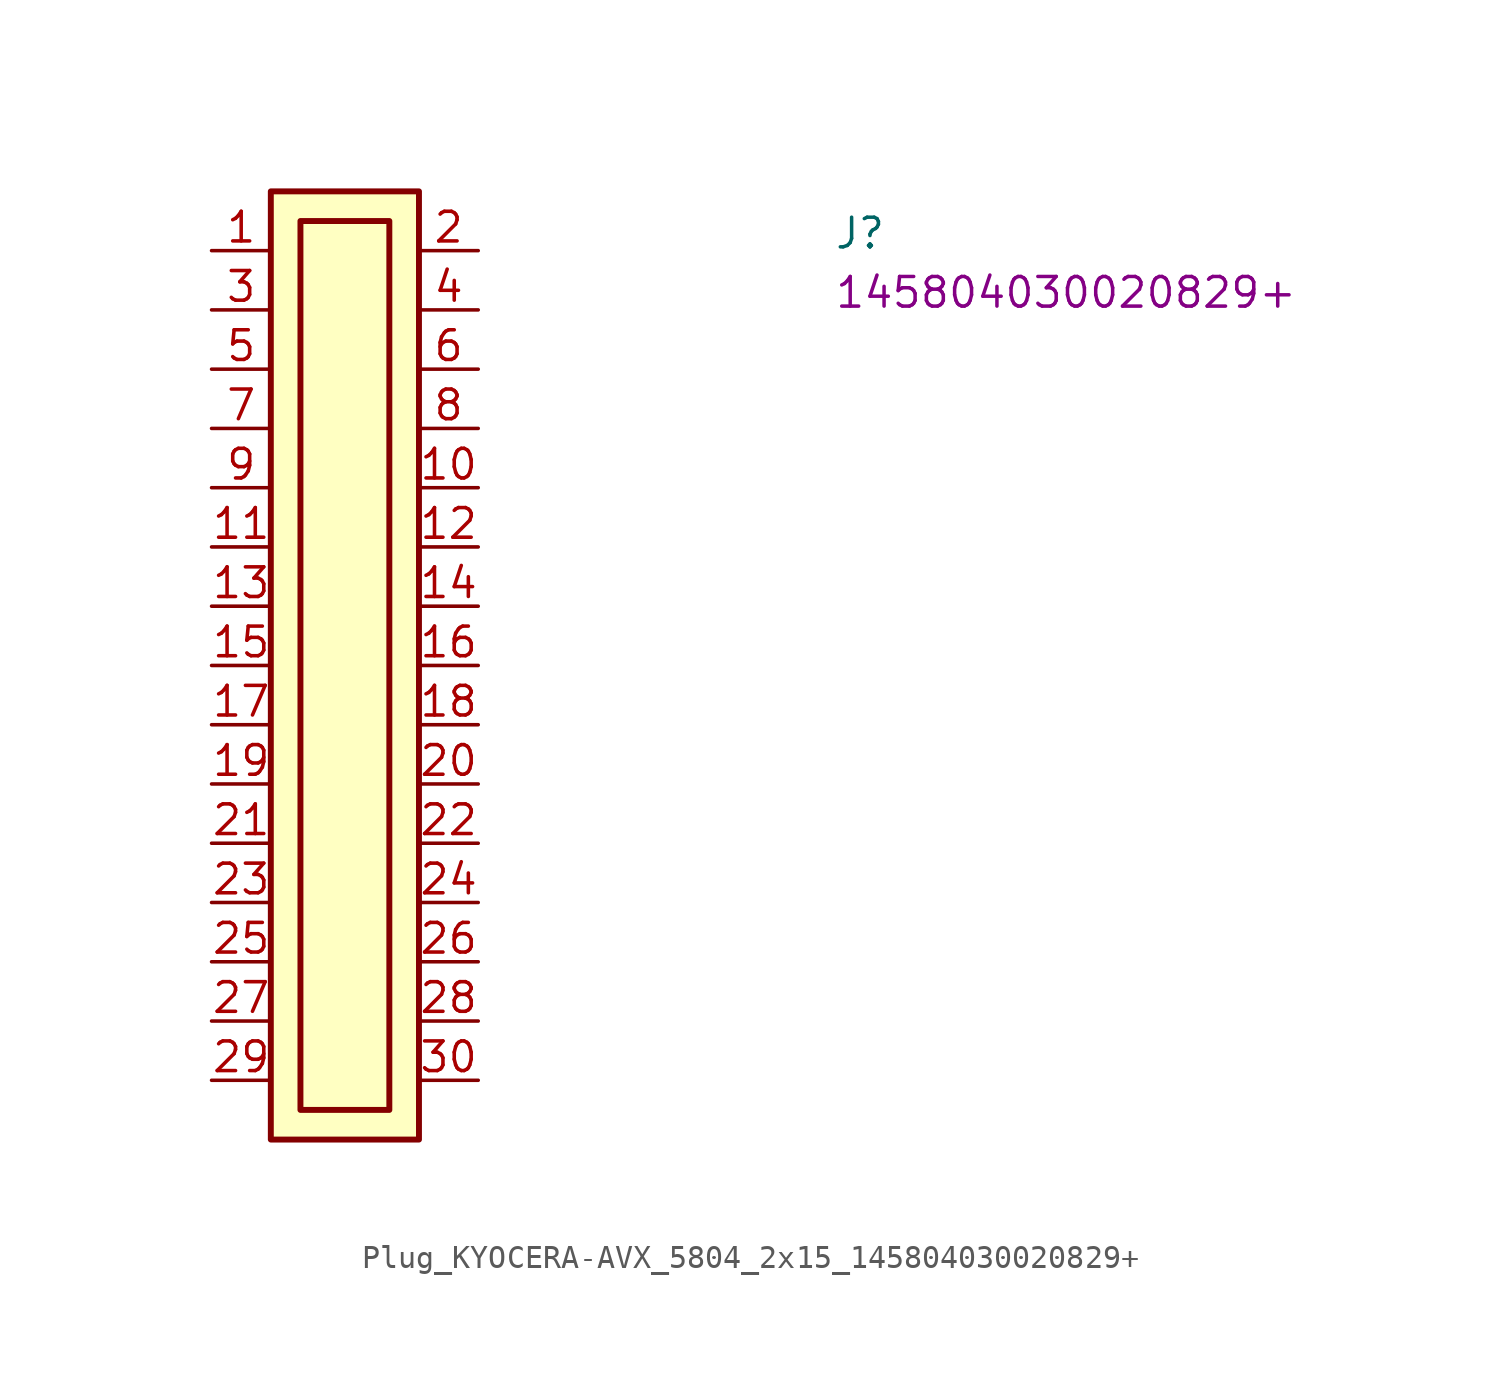
<source format=kicad_sym>
(kicad_symbol_lib
  (version 20220914)
  (generator kicad_symbol_editor)
  (symbol "Plug_KYOCERA-AVX_5804_2x15_145804030020829+"
    (property "Reference" "J"
      (at 26.67 0 0)
      (effects (font (size 1.27 1.27) (thickness 0.15)) (justify left bottom)))
    (property "MPN" "145804030020829+"
      (at 26.67 -2.54 0)
      (effects (font (size 1.27 1.27) (thickness 0.15)) (justify left bottom)))
    (symbol "Plug_KYOCERA-AVX_5804_2x15_145804030020829+_1_1"
      (rectangle (start 2.54 2.54) (end 8.89 -38.1) (stroke (width 0.254) (type default)) (fill (type background)))
      (rectangle (start 7.62 1.27) (end 3.81 -36.83) (stroke (width 0.254) (type default)) (fill (type background)))
      (pin passive line (at 0 0 0) (length 2.54) (name "~" (effects (font (size 1.27 1.27)))) (number "1" (effects (font (size 1.27 1.27)))))
      (pin passive line (at 11.43 -10.16 180) (length 2.54) (name "~" (effects (font (size 1.27 1.27)))) (number "10" (effects (font (size 1.27 1.27)))))
      (pin passive line (at 0 -12.7 0) (length 2.54) (name "~" (effects (font (size 1.27 1.27)))) (number "11" (effects (font (size 1.27 1.27)))))
      (pin passive line (at 11.43 -12.7 180) (length 2.54) (name "~" (effects (font (size 1.27 1.27)))) (number "12" (effects (font (size 1.27 1.27)))))
      (pin passive line (at 0 -15.24 0) (length 2.54) (name "~" (effects (font (size 1.27 1.27)))) (number "13" (effects (font (size 1.27 1.27)))))
      (pin passive line (at 11.43 -15.24 180) (length 2.54) (name "~" (effects (font (size 1.27 1.27)))) (number "14" (effects (font (size 1.27 1.27)))))
      (pin passive line (at 0 -17.78 0) (length 2.54) (name "~" (effects (font (size 1.27 1.27)))) (number "15" (effects (font (size 1.27 1.27)))))
      (pin passive line (at 11.43 -17.78 180) (length 2.54) (name "~" (effects (font (size 1.27 1.27)))) (number "16" (effects (font (size 1.27 1.27)))))
      (pin passive line (at 0 -20.32 0) (length 2.54) (name "~" (effects (font (size 1.27 1.27)))) (number "17" (effects (font (size 1.27 1.27)))))
      (pin passive line (at 11.43 -20.32 180) (length 2.54) (name "~" (effects (font (size 1.27 1.27)))) (number "18" (effects (font (size 1.27 1.27)))))
      (pin passive line (at 0 -22.86 0) (length 2.54) (name "~" (effects (font (size 1.27 1.27)))) (number "19" (effects (font (size 1.27 1.27)))))
      (pin passive line (at 11.43 0 180) (length 2.54) (name "~" (effects (font (size 1.27 1.27)))) (number "2" (effects (font (size 1.27 1.27)))))
      (pin passive line (at 11.43 -22.86 180) (length 2.54) (name "~" (effects (font (size 1.27 1.27)))) (number "20" (effects (font (size 1.27 1.27)))))
      (pin passive line (at 0 -25.4 0) (length 2.54) (name "~" (effects (font (size 1.27 1.27)))) (number "21" (effects (font (size 1.27 1.27)))))
      (pin passive line (at 11.43 -25.4 180) (length 2.54) (name "~" (effects (font (size 1.27 1.27)))) (number "22" (effects (font (size 1.27 1.27)))))
      (pin passive line (at 0 -27.94 0) (length 2.54) (name "~" (effects (font (size 1.27 1.27)))) (number "23" (effects (font (size 1.27 1.27)))))
      (pin passive line (at 11.43 -27.94 180) (length 2.54) (name "~" (effects (font (size 1.27 1.27)))) (number "24" (effects (font (size 1.27 1.27)))))
      (pin passive line (at 0 -30.48 0) (length 2.54) (name "~" (effects (font (size 1.27 1.27)))) (number "25" (effects (font (size 1.27 1.27)))))
      (pin passive line (at 11.43 -30.48 180) (length 2.54) (name "~" (effects (font (size 1.27 1.27)))) (number "26" (effects (font (size 1.27 1.27)))))
      (pin passive line (at 0 -33.02 0) (length 2.54) (name "~" (effects (font (size 1.27 1.27)))) (number "27" (effects (font (size 1.27 1.27)))))
      (pin passive line (at 11.43 -33.02 180) (length 2.54) (name "~" (effects (font (size 1.27 1.27)))) (number "28" (effects (font (size 1.27 1.27)))))
      (pin passive line (at 0 -35.56 0) (length 2.54) (name "~" (effects (font (size 1.27 1.27)))) (number "29" (effects (font (size 1.27 1.27)))))
      (pin passive line (at 0 -2.54 0) (length 2.54) (name "~" (effects (font (size 1.27 1.27)))) (number "3" (effects (font (size 1.27 1.27)))))
      (pin passive line (at 11.43 -35.56 180) (length 2.54) (name "~" (effects (font (size 1.27 1.27)))) (number "30" (effects (font (size 1.27 1.27)))))
      (pin passive line (at 11.43 -2.54 180) (length 2.54) (name "~" (effects (font (size 1.27 1.27)))) (number "4" (effects (font (size 1.27 1.27)))))
      (pin passive line (at 0 -5.08 0) (length 2.54) (name "~" (effects (font (size 1.27 1.27)))) (number "5" (effects (font (size 1.27 1.27)))))
      (pin passive line (at 11.43 -5.08 180) (length 2.54) (name "~" (effects (font (size 1.27 1.27)))) (number "6" (effects (font (size 1.27 1.27)))))
      (pin passive line (at 0 -7.62 0) (length 2.54) (name "~" (effects (font (size 1.27 1.27)))) (number "7" (effects (font (size 1.27 1.27)))))
      (pin passive line (at 11.43 -7.62 180) (length 2.54) (name "~" (effects (font (size 1.27 1.27)))) (number "8" (effects (font (size 1.27 1.27)))))
      (pin passive line (at 0 -10.16 0) (length 2.54) (name "~" (effects (font (size 1.27 1.27)))) (number "9" (effects (font (size 1.27 1.27))))))))
</source>
